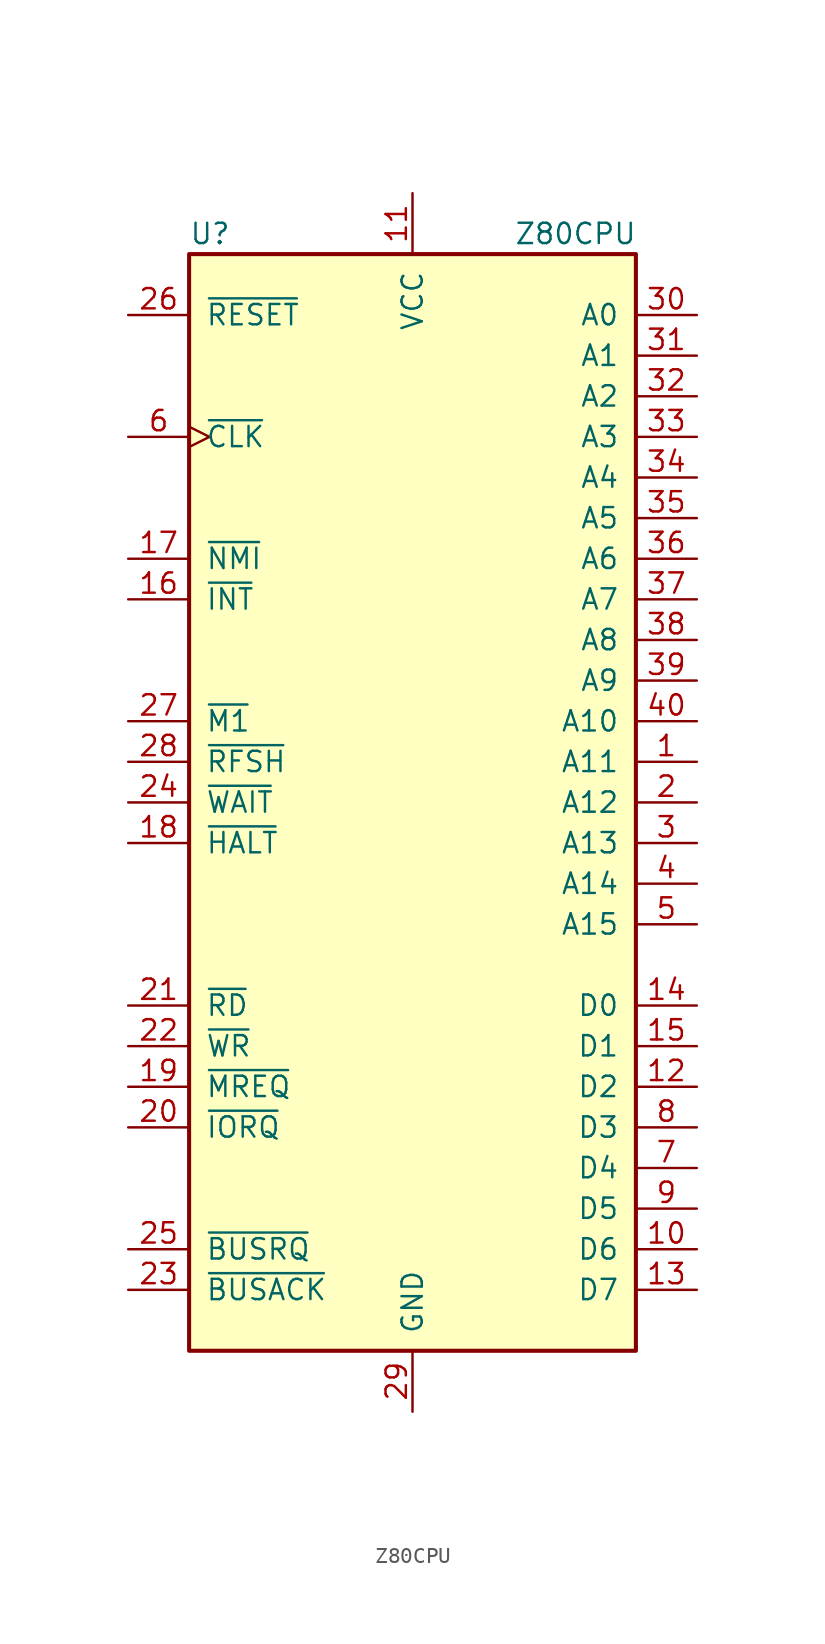
<source format=kicad_sym>
(kicad_symbol_lib
  (version 20211014)
  (generator kicad_symbol_editor)
  (symbol "Z80CPU"
    (pin_names
      (offset 1.016))
    (property "Reference" "U"
      (at -13.97 35.56 0)
      (effects (font (size 1.27 1.27)) (justify left)))
    (property "Value" "Z80CPU"
      (at 6.35 35.56 0)
      (effects (font (size 1.27 1.27)) (justify left)))
    (symbol "Z80CPU_0_1"
      (rectangle (start -13.97 34.29) (end 13.97 -34.29) (stroke (width 0.254) (type default) (color 0 0 0 0)) (fill (type background))))
    (symbol "Z80CPU_1_1"
      (pin output line (at 17.78 2.54 180) (length 3.81) (name "A11" (effects (font (size 1.27 1.27)))) (number "1" (effects (font (size 1.27 1.27)))))
      (pin bidirectional line (at 17.78 -27.94 180) (length 3.81) (name "D6" (effects (font (size 1.27 1.27)))) (number "10" (effects (font (size 1.27 1.27)))))
      (pin power_in line (at 0 38.1 270) (length 3.81) (name "VCC" (effects (font (size 1.27 1.27)))) (number "11" (effects (font (size 1.27 1.27)))))
      (pin bidirectional line (at 17.78 -17.78 180) (length 3.81) (name "D2" (effects (font (size 1.27 1.27)))) (number "12" (effects (font (size 1.27 1.27)))))
      (pin bidirectional line (at 17.78 -30.48 180) (length 3.81) (name "D7" (effects (font (size 1.27 1.27)))) (number "13" (effects (font (size 1.27 1.27)))))
      (pin bidirectional line (at 17.78 -12.7 180) (length 3.81) (name "D0" (effects (font (size 1.27 1.27)))) (number "14" (effects (font (size 1.27 1.27)))))
      (pin bidirectional line (at 17.78 -15.24 180) (length 3.81) (name "D1" (effects (font (size 1.27 1.27)))) (number "15" (effects (font (size 1.27 1.27)))))
      (pin input line (at -17.78 12.7 0) (length 3.81) (name "~{INT}" (effects (font (size 1.27 1.27)))) (number "16" (effects (font (size 1.27 1.27)))))
      (pin input line (at -17.78 15.24 0) (length 3.81) (name "~{NMI}" (effects (font (size 1.27 1.27)))) (number "17" (effects (font (size 1.27 1.27)))))
      (pin output line (at -17.78 -2.54 0) (length 3.81) (name "~{HALT}" (effects (font (size 1.27 1.27)))) (number "18" (effects (font (size 1.27 1.27)))))
      (pin output line (at -17.78 -17.78 0) (length 3.81) (name "~{MREQ}" (effects (font (size 1.27 1.27)))) (number "19" (effects (font (size 1.27 1.27)))))
      (pin output line (at 17.78 0 180) (length 3.81) (name "A12" (effects (font (size 1.27 1.27)))) (number "2" (effects (font (size 1.27 1.27)))))
      (pin output line (at -17.78 -20.32 0) (length 3.81) (name "~{IORQ}" (effects (font (size 1.27 1.27)))) (number "20" (effects (font (size 1.27 1.27)))))
      (pin output line (at -17.78 -12.7 0) (length 3.81) (name "~{RD}" (effects (font (size 1.27 1.27)))) (number "21" (effects (font (size 1.27 1.27)))))
      (pin output line (at -17.78 -15.24 0) (length 3.81) (name "~{WR}" (effects (font (size 1.27 1.27)))) (number "22" (effects (font (size 1.27 1.27)))))
      (pin output line (at -17.78 -30.48 0) (length 3.81) (name "~{BUSACK}" (effects (font (size 1.27 1.27)))) (number "23" (effects (font (size 1.27 1.27)))))
      (pin input line (at -17.78 0 0) (length 3.81) (name "~{WAIT}" (effects (font (size 1.27 1.27)))) (number "24" (effects (font (size 1.27 1.27)))))
      (pin input line (at -17.78 -27.94 0) (length 3.81) (name "~{BUSRQ}" (effects (font (size 1.27 1.27)))) (number "25" (effects (font (size 1.27 1.27)))))
      (pin input line (at -17.78 30.48 0) (length 3.81) (name "~{RESET}" (effects (font (size 1.27 1.27)))) (number "26" (effects (font (size 1.27 1.27)))))
      (pin output line (at -17.78 5.08 0) (length 3.81) (name "~{M1}" (effects (font (size 1.27 1.27)))) (number "27" (effects (font (size 1.27 1.27)))))
      (pin output line (at -17.78 2.54 0) (length 3.81) (name "~{RFSH}" (effects (font (size 1.27 1.27)))) (number "28" (effects (font (size 1.27 1.27)))))
      (pin power_in line (at 0 -38.1 90) (length 3.81) (name "GND" (effects (font (size 1.27 1.27)))) (number "29" (effects (font (size 1.27 1.27)))))
      (pin output line (at 17.78 -2.54 180) (length 3.81) (name "A13" (effects (font (size 1.27 1.27)))) (number "3" (effects (font (size 1.27 1.27)))))
      (pin output line (at 17.78 30.48 180) (length 3.81) (name "A0" (effects (font (size 1.27 1.27)))) (number "30" (effects (font (size 1.27 1.27)))))
      (pin output line (at 17.78 27.94 180) (length 3.81) (name "A1" (effects (font (size 1.27 1.27)))) (number "31" (effects (font (size 1.27 1.27)))))
      (pin output line (at 17.78 25.4 180) (length 3.81) (name "A2" (effects (font (size 1.27 1.27)))) (number "32" (effects (font (size 1.27 1.27)))))
      (pin output line (at 17.78 22.86 180) (length 3.81) (name "A3" (effects (font (size 1.27 1.27)))) (number "33" (effects (font (size 1.27 1.27)))))
      (pin output line (at 17.78 20.32 180) (length 3.81) (name "A4" (effects (font (size 1.27 1.27)))) (number "34" (effects (font (size 1.27 1.27)))))
      (pin output line (at 17.78 17.78 180) (length 3.81) (name "A5" (effects (font (size 1.27 1.27)))) (number "35" (effects (font (size 1.27 1.27)))))
      (pin output line (at 17.78 15.24 180) (length 3.81) (name "A6" (effects (font (size 1.27 1.27)))) (number "36" (effects (font (size 1.27 1.27)))))
      (pin output line (at 17.78 12.7 180) (length 3.81) (name "A7" (effects (font (size 1.27 1.27)))) (number "37" (effects (font (size 1.27 1.27)))))
      (pin output line (at 17.78 10.16 180) (length 3.81) (name "A8" (effects (font (size 1.27 1.27)))) (number "38" (effects (font (size 1.27 1.27)))))
      (pin output line (at 17.78 7.62 180) (length 3.81) (name "A9" (effects (font (size 1.27 1.27)))) (number "39" (effects (font (size 1.27 1.27)))))
      (pin output line (at 17.78 -5.08 180) (length 3.81) (name "A14" (effects (font (size 1.27 1.27)))) (number "4" (effects (font (size 1.27 1.27)))))
      (pin output line (at 17.78 5.08 180) (length 3.81) (name "A10" (effects (font (size 1.27 1.27)))) (number "40" (effects (font (size 1.27 1.27)))))
      (pin output line (at 17.78 -7.62 180) (length 3.81) (name "A15" (effects (font (size 1.27 1.27)))) (number "5" (effects (font (size 1.27 1.27)))))
      (pin input clock (at -17.78 22.86 0) (length 3.81) (name "~{CLK}" (effects (font (size 1.27 1.27)))) (number "6" (effects (font (size 1.27 1.27)))))
      (pin bidirectional line (at 17.78 -22.86 180) (length 3.81) (name "D4" (effects (font (size 1.27 1.27)))) (number "7" (effects (font (size 1.27 1.27)))))
      (pin bidirectional line (at 17.78 -20.32 180) (length 3.81) (name "D3" (effects (font (size 1.27 1.27)))) (number "8" (effects (font (size 1.27 1.27)))))
      (pin bidirectional line (at 17.78 -25.4 180) (length 3.81) (name "D5" (effects (font (size 1.27 1.27)))) (number "9" (effects (font (size 1.27 1.27))))))))
</source>
